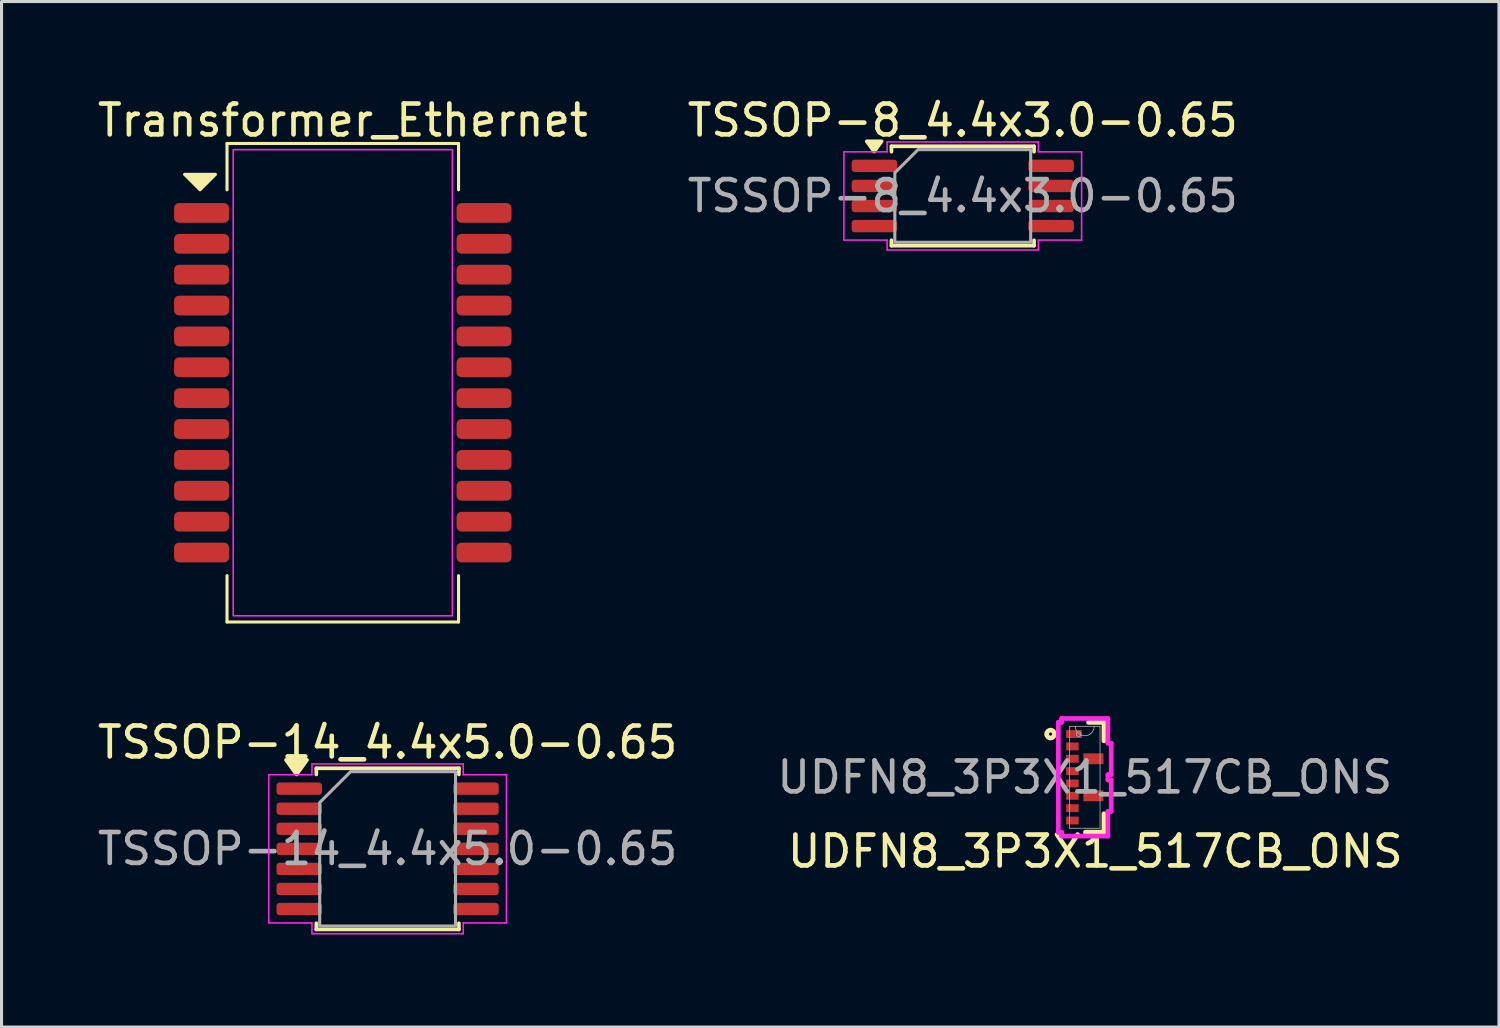
<source format=kicad_pcb>
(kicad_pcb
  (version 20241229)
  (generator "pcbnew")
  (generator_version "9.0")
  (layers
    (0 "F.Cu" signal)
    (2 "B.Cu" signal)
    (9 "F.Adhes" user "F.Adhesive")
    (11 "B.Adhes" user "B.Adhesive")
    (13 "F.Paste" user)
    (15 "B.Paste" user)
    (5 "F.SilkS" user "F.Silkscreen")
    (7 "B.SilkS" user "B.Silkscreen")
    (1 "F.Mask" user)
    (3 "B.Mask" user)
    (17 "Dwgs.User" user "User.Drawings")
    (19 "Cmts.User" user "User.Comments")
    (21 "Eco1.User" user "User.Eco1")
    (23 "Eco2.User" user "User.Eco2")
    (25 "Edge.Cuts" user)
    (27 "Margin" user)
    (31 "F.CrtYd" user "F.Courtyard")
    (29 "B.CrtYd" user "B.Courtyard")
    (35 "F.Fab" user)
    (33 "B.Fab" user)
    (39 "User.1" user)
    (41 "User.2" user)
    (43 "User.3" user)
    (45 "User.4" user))
  (footprint "Transformer_Ethernet"
    (layer "F.Cu")
    (at 8.054 9.348)
    (property "Reference" "Transformer_Ethernet" (at 0 -8.5 0) (layer "F.SilkS") (effects (font (size 1 1) (thickness 0.15))))
    (attr smd)
    (fp_line (start -3.75 -7.75) (end -3.75 -6.25) (stroke (width 0.1) (type default)) (layer "F.SilkS"))
    (fp_line (start -3.75 7.75) (end -3.75 6.25) (stroke (width 0.1) (type default)) (layer "F.SilkS"))
    (fp_line (start 3.75 -7.75) (end -3.75 -7.75) (stroke (width 0.1) (type default)) (layer "F.SilkS"))
    (fp_line (start 3.75 -7.75) (end 3.75 -6.25) (stroke (width 0.1) (type default)) (layer "F.SilkS"))
    (fp_line (start 3.75 6.25) (end 3.75 7.75) (stroke (width 0.1) (type default)) (layer "F.SilkS"))
    (fp_line (start 3.75 7.75) (end -3.75 7.75) (stroke (width 0.1) (type default)) (layer "F.SilkS"))
    (fp_poly (pts (xy -4.125 -6.75) (xy -4.625 -6.25) (xy -5.125 -6.75)) (stroke (width 0.1) (type solid)) (fill yes) (layer "F.SilkS"))
    (fp_rect (start -3.55 -7.55) (end 3.55 7.55) (stroke (width 0.05) (type solid)) (fill no) (layer "F.CrtYd"))
    (pad "1" smd roundrect (at -4.575 -5.5) (size 1.78 0.64) (layers "F.Cu" "F.Mask" "F.Paste") (roundrect_rratio 0.25))
    (pad "2" smd roundrect (at -4.575 -4.5) (size 1.78 0.64) (layers "F.Cu" "F.Mask" "F.Paste") (roundrect_rratio 0.25))
    (pad "3" smd roundrect (at -4.575 -3.5) (size 1.78 0.64) (layers "F.Cu" "F.Mask" "F.Paste") (roundrect_rratio 0.25))
    (pad "4" smd roundrect (at -4.575 -2.5) (size 1.78 0.64) (layers "F.Cu" "F.Mask" "F.Paste") (roundrect_rratio 0.25))
    (pad "5" smd roundrect (at -4.575 -1.5) (size 1.78 0.64) (layers "F.Cu" "F.Mask" "F.Paste") (roundrect_rratio 0.25))
    (pad "6" smd roundrect (at -4.575 -0.5) (size 1.78 0.64) (layers "F.Cu" "F.Mask" "F.Paste") (roundrect_rratio 0.25))
    (pad "7" smd roundrect (at -4.575 0.5) (size 1.78 0.64) (layers "F.Cu" "F.Mask" "F.Paste") (roundrect_rratio 0.25))
    (pad "8" smd roundrect (at -4.575 1.5) (size 1.78 0.64) (layers "F.Cu" "F.Mask" "F.Paste") (roundrect_rratio 0.25))
    (pad "9" smd roundrect (at -4.575 2.5) (size 1.78 0.64) (layers "F.Cu" "F.Mask" "F.Paste") (roundrect_rratio 0.25))
    (pad "10" smd roundrect (at -4.575 3.5) (size 1.78 0.64) (layers "F.Cu" "F.Mask" "F.Paste") (roundrect_rratio 0.25))
    (pad "11" smd roundrect (at -4.575 4.5) (size 1.78 0.64) (layers "F.Cu" "F.Mask" "F.Paste") (roundrect_rratio 0.25))
    (pad "12" smd roundrect (at -4.575 5.5) (size 1.78 0.64) (layers "F.Cu" "F.Mask" "F.Paste") (roundrect_rratio 0.25))
    (pad "13" smd roundrect (at 4.575 5.5 180) (size 1.78 0.64) (layers "F.Cu" "F.Mask" "F.Paste") (roundrect_rratio 0.25))
    (pad "14" smd roundrect (at 4.575 4.5 180) (size 1.78 0.64) (layers "F.Cu" "F.Mask" "F.Paste") (roundrect_rratio 0.25))
    (pad "15" smd roundrect (at 4.575 3.5 180) (size 1.78 0.64) (layers "F.Cu" "F.Mask" "F.Paste") (roundrect_rratio 0.25))
    (pad "16" smd roundrect (at 4.575 2.5 180) (size 1.78 0.64) (layers "F.Cu" "F.Mask" "F.Paste") (roundrect_rratio 0.25))
    (pad "17" smd roundrect (at 4.575 1.5 180) (size 1.78 0.64) (layers "F.Cu" "F.Mask" "F.Paste") (roundrect_rratio 0.25))
    (pad "18" smd roundrect (at 4.575 0.5 180) (size 1.78 0.64) (layers "F.Cu" "F.Mask" "F.Paste") (roundrect_rratio 0.25))
    (pad "19" smd roundrect (at 4.575 -0.5 180) (size 1.78 0.64) (layers "F.Cu" "F.Mask" "F.Paste") (roundrect_rratio 0.25))
    (pad "20" smd roundrect (at 4.575 -1.5 180) (size 1.78 0.64) (layers "F.Cu" "F.Mask" "F.Paste") (roundrect_rratio 0.25))
    (pad "21" smd roundrect (at 4.575 -2.5 180) (size 1.78 0.64) (layers "F.Cu" "F.Mask" "F.Paste") (roundrect_rratio 0.25))
    (pad "22" smd roundrect (at 4.575 -3.5 180) (size 1.78 0.64) (layers "F.Cu" "F.Mask" "F.Paste") (roundrect_rratio 0.25))
    (pad "23" smd roundrect (at 4.575 -4.5 180) (size 1.78 0.64) (layers "F.Cu" "F.Mask" "F.Paste") (roundrect_rratio 0.25))
    (pad "24" smd roundrect (at 4.575 -5.5 180) (size 1.78 0.64) (layers "F.Cu" "F.Mask" "F.Paste") (roundrect_rratio 0.25)))
  (footprint "TSSOP-8_4.4x3.0-0.65"
    (layer "F.Cu")
    (at 28.137 3.298)
    (property "Reference" "TSSOP-8_4.4x3.0-0.65" (at 0 -2.45 0) (layer "F.SilkS") (effects (font (size 1 1) (thickness 0.15))))
    (attr smd)
    (fp_line (start -2.31 -1.61) (end 2.31 -1.61) (stroke (width 0.12) (type solid)) (layer "F.SilkS"))
    (fp_line (start -2.31 -1.435) (end -2.31 -1.61) (stroke (width 0.12) (type solid)) (layer "F.SilkS"))
    (fp_line (start -2.31 1.61) (end -2.31 1.435) (stroke (width 0.12) (type solid)) (layer "F.SilkS"))
    (fp_line (start 2.31 -1.61) (end 2.31 -1.435) (stroke (width 0.12) (type solid)) (layer "F.SilkS"))
    (fp_line (start 2.31 1.435) (end 2.31 1.61) (stroke (width 0.12) (type solid)) (layer "F.SilkS"))
    (fp_line (start 2.31 1.61) (end -2.31 1.61) (stroke (width 0.12) (type solid)) (layer "F.SilkS"))
    (fp_poly (pts (xy -2.87 -1.44) (xy -3.11 -1.77) (xy -2.63 -1.77)) (stroke (width 0.12) (type solid)) (fill yes) (layer "F.SilkS"))
    (fp_rect (start -3.5 -1.075) (end -2.625 -0.875) (stroke (width 0.2) (type solid)) (fill yes) (layer "F.Paste"))
    (fp_rect (start -3.5 -0.425) (end -2.625 -0.225) (stroke (width 0.2) (type solid)) (fill yes) (layer "F.Paste"))
    (fp_rect (start -3.5 0.225) (end -2.625 0.425) (stroke (width 0.2) (type solid)) (fill yes) (layer "F.Paste"))
    (fp_rect (start -3.5 0.875) (end -2.625 1.075) (stroke (width 0.2) (type solid)) (fill yes) (layer "F.Paste"))
    (fp_rect (start 3.5 -0.875) (end 2.625 -1.075) (stroke (width 0.2) (type solid)) (fill yes) (layer "F.Paste"))
    (fp_rect (start 3.5 -0.225) (end 2.625 -0.425) (stroke (width 0.2) (type solid)) (fill yes) (layer "F.Paste"))
    (fp_rect (start 3.5 0.425) (end 2.625 0.225) (stroke (width 0.2) (type solid)) (fill yes) (layer "F.Paste"))
    (fp_rect (start 3.5 1.075) (end 2.625 0.875) (stroke (width 0.2) (type solid)) (fill yes) (layer "F.Paste"))
    (fp_line (start -3.85 -1.43) (end -2.45 -1.43) (stroke (width 0.05) (type solid)) (layer "F.CrtYd"))
    (fp_line (start -3.85 1.43) (end -3.85 -1.43) (stroke (width 0.05) (type solid)) (layer "F.CrtYd"))
    (fp_line (start -2.45 -1.75) (end 2.45 -1.75) (stroke (width 0.05) (type solid)) (layer "F.CrtYd"))
    (fp_line (start -2.45 -1.43) (end -2.45 -1.75) (stroke (width 0.05) (type solid)) (layer "F.CrtYd"))
    (fp_line (start -2.45 1.43) (end -3.85 1.43) (stroke (width 0.05) (type solid)) (layer "F.CrtYd"))
    (fp_line (start -2.45 1.75) (end -2.45 1.43) (stroke (width 0.05) (type solid)) (layer "F.CrtYd"))
    (fp_line (start 2.45 -1.75) (end 2.45 -1.43) (stroke (width 0.05) (type solid)) (layer "F.CrtYd"))
    (fp_line (start 2.45 -1.43) (end 3.85 -1.43) (stroke (width 0.05) (type solid)) (layer "F.CrtYd"))
    (fp_line (start 2.45 1.43) (end 2.45 1.75) (stroke (width 0.05) (type solid)) (layer "F.CrtYd"))
    (fp_line (start 2.45 1.75) (end -2.45 1.75) (stroke (width 0.05) (type solid)) (layer "F.CrtYd"))
    (fp_line (start 3.85 -1.43) (end 3.85 1.43) (stroke (width 0.05) (type solid)) (layer "F.CrtYd"))
    (fp_line (start 3.85 1.43) (end 2.45 1.43) (stroke (width 0.05) (type solid)) (layer "F.CrtYd"))
    (fp_poly (pts (xy -2.2 -0.75) (xy -2.2 1.5) (xy 2.2 1.5) (xy 2.2 -1.5) (xy -1.45 -1.5)) (stroke (width 0.1) (type solid)) (fill no) (layer "F.Fab"))
    (fp_text user "${REFERENCE}" (at 0 0 0) (layer "F.Fab") (effects (font (size 1 1) (thickness 0.15))))
    (pad "1" smd roundrect (at -2.862 -0.975) (size 1.475 0.4) (layers "F.Cu" "F.Mask") (roundrect_rratio 0.25))
    (pad "2" smd roundrect (at -2.862 -0.325) (size 1.475 0.4) (layers "F.Cu" "F.Mask") (roundrect_rratio 0.25))
    (pad "3" smd roundrect (at -2.862 0.325) (size 1.475 0.4) (layers "F.Cu" "F.Mask") (roundrect_rratio 0.25))
    (pad "4" smd roundrect (at -2.862 0.975) (size 1.475 0.4) (layers "F.Cu" "F.Mask") (roundrect_rratio 0.25))
    (pad "5" smd roundrect (at 2.862 0.975) (size 1.475 0.4) (layers "F.Cu" "F.Mask") (roundrect_rratio 0.25))
    (pad "6" smd roundrect (at 2.862 0.325) (size 1.475 0.4) (layers "F.Cu" "F.Mask") (roundrect_rratio 0.25))
    (pad "7" smd roundrect (at 2.862 -0.325) (size 1.475 0.4) (layers "F.Cu" "F.Mask") (roundrect_rratio 0.25))
    (pad "8" smd roundrect (at 2.862 -0.975) (size 1.475 0.4) (layers "F.Cu" "F.Mask") (roundrect_rratio 0.25)))
  (footprint "TSSOP-14_4.4x5.0-0.65"
    (layer "F.Cu")
    (at 9.506 24.447)
    (property "Reference" "TSSOP-14_4.4x5.0-0.65" (at 0 -3.45 0) (layer "F.SilkS") (effects (font (size 1 1) (thickness 0.15))))
    (attr smd)
    (fp_line (start -2.31 -2.61) (end 2.31 -2.61) (stroke (width 0.12) (type solid)) (layer "F.SilkS"))
    (fp_line (start -2.31 -2.41) (end -2.31 -2.61) (stroke (width 0.12) (type solid)) (layer "F.SilkS"))
    (fp_line (start -2.31 2.61) (end -2.31 2.41) (stroke (width 0.12) (type solid)) (layer "F.SilkS"))
    (fp_line (start 2.31 -2.61) (end 2.31 -2.41) (stroke (width 0.12) (type solid)) (layer "F.SilkS"))
    (fp_line (start 2.31 2.41) (end 2.31 2.61) (stroke (width 0.12) (type solid)) (layer "F.SilkS"))
    (fp_line (start 2.31 2.61) (end -2.31 2.61) (stroke (width 0.12) (type solid)) (layer "F.SilkS"))
    (fp_poly (pts (xy -2.95 -2.41) (xy -3.29 -2.88) (xy -2.61 -2.88)) (stroke (width 0.12) (type solid)) (fill yes) (layer "F.SilkS"))
    (fp_rect (start -3.5 -2.05) (end -2.625 -1.85) (stroke (width 0.2) (type solid)) (fill yes) (layer "F.Paste"))
    (fp_rect (start -3.5 -1.4) (end -2.625 -1.2) (stroke (width 0.2) (type solid)) (fill yes) (layer "F.Paste"))
    (fp_rect (start -3.5 -0.75) (end -2.625 -0.55) (stroke (width 0.2) (type solid)) (fill yes) (layer "F.Paste"))
    (fp_rect (start -3.5 -0.1) (end -2.625 0.1) (stroke (width 0.2) (type solid)) (fill yes) (layer "F.Paste"))
    (fp_rect (start -3.5 0.55) (end -2.625 0.75) (stroke (width 0.2) (type solid)) (fill yes) (layer "F.Paste"))
    (fp_rect (start -3.5 1.2) (end -2.625 1.4) (stroke (width 0.2) (type solid)) (fill yes) (layer "F.Paste"))
    (fp_rect (start -3.5 1.85) (end -2.625 2.05) (stroke (width 0.2) (type solid)) (fill yes) (layer "F.Paste"))
    (fp_rect (start 3.5 -1.85) (end 2.625 -2.05) (stroke (width 0.2) (type solid)) (fill yes) (layer "F.Paste"))
    (fp_rect (start 3.5 -1.2) (end 2.625 -1.4) (stroke (width 0.2) (type solid)) (fill yes) (layer "F.Paste"))
    (fp_rect (start 3.5 -0.55) (end 2.625 -0.75) (stroke (width 0.2) (type solid)) (fill yes) (layer "F.Paste"))
    (fp_rect (start 3.5 0.1) (end 2.625 -0.1) (stroke (width 0.2) (type solid)) (fill yes) (layer "F.Paste"))
    (fp_rect (start 3.5 0.75) (end 2.625 0.55) (stroke (width 0.2) (type solid)) (fill yes) (layer "F.Paste"))
    (fp_rect (start 3.5 1.4) (end 2.625 1.2) (stroke (width 0.2) (type solid)) (fill yes) (layer "F.Paste"))
    (fp_rect (start 3.5 2.05) (end 2.625 1.85) (stroke (width 0.2) (type solid)) (fill yes) (layer "F.Paste"))
    (fp_line (start -3.85 -2.4) (end -2.45 -2.4) (stroke (width 0.05) (type solid)) (layer "F.CrtYd"))
    (fp_line (start -3.85 2.4) (end -3.85 -2.4) (stroke (width 0.05) (type solid)) (layer "F.CrtYd"))
    (fp_line (start -2.45 -2.75) (end 2.45 -2.75) (stroke (width 0.05) (type solid)) (layer "F.CrtYd"))
    (fp_line (start -2.45 -2.4) (end -2.45 -2.75) (stroke (width 0.05) (type solid)) (layer "F.CrtYd"))
    (fp_line (start -2.45 2.4) (end -3.85 2.4) (stroke (width 0.05) (type solid)) (layer "F.CrtYd"))
    (fp_line (start -2.45 2.75) (end -2.45 2.4) (stroke (width 0.05) (type solid)) (layer "F.CrtYd"))
    (fp_line (start 2.45 -2.75) (end 2.45 -2.4) (stroke (width 0.05) (type solid)) (layer "F.CrtYd"))
    (fp_line (start 2.45 -2.4) (end 3.85 -2.4) (stroke (width 0.05) (type solid)) (layer "F.CrtYd"))
    (fp_line (start 2.45 2.4) (end 2.45 2.75) (stroke (width 0.05) (type solid)) (layer "F.CrtYd"))
    (fp_line (start 2.45 2.75) (end -2.45 2.75) (stroke (width 0.05) (type solid)) (layer "F.CrtYd"))
    (fp_line (start 3.85 -2.4) (end 3.85 2.4) (stroke (width 0.05) (type solid)) (layer "F.CrtYd"))
    (fp_line (start 3.85 2.4) (end 2.45 2.4) (stroke (width 0.05) (type solid)) (layer "F.CrtYd"))
    (fp_poly (pts (xy -2.2 -1.5) (xy -2.2 2.5) (xy 2.2 2.5) (xy 2.2 -2.5) (xy -1.2 -2.5)) (stroke (width 0.1) (type solid)) (fill no) (layer "F.Fab"))
    (fp_text user "${REFERENCE}" (at 0 0 0) (layer "F.Fab") (effects (font (size 1 1) (thickness 0.15))))
    (pad "1" smd roundrect (at -2.862 -1.95) (size 1.475 0.4) (layers "F.Cu" "F.Mask") (roundrect_rratio 0.25))
    (pad "2" smd roundrect (at -2.862 -1.3) (size 1.475 0.4) (layers "F.Cu" "F.Mask") (roundrect_rratio 0.25))
    (pad "3" smd roundrect (at -2.862 -0.65) (size 1.475 0.4) (layers "F.Cu" "F.Mask") (roundrect_rratio 0.25))
    (pad "4" smd roundrect (at -2.862 0) (size 1.475 0.4) (layers "F.Cu" "F.Mask") (roundrect_rratio 0.25))
    (pad "5" smd roundrect (at -2.862 0.65) (size 1.475 0.4) (layers "F.Cu" "F.Mask") (roundrect_rratio 0.25))
    (pad "6" smd roundrect (at -2.862 1.3) (size 1.475 0.4) (layers "F.Cu" "F.Mask") (roundrect_rratio 0.25))
    (pad "7" smd roundrect (at -2.862 1.95) (size 1.475 0.4) (layers "F.Cu" "F.Mask") (roundrect_rratio 0.25))
    (pad "8" smd roundrect (at 2.862 1.95) (size 1.475 0.4) (layers "F.Cu" "F.Mask") (roundrect_rratio 0.25))
    (pad "9" smd roundrect (at 2.862 1.3) (size 1.475 0.4) (layers "F.Cu" "F.Mask") (roundrect_rratio 0.25))
    (pad "10" smd roundrect (at 2.862 0.65) (size 1.475 0.4) (layers "F.Cu" "F.Mask") (roundrect_rratio 0.25))
    (pad "11" smd roundrect (at 2.862 0) (size 1.475 0.4) (layers "F.Cu" "F.Mask") (roundrect_rratio 0.25))
    (pad "12" smd roundrect (at 2.862 -0.65) (size 1.475 0.4) (layers "F.Cu" "F.Mask") (roundrect_rratio 0.25))
    (pad "13" smd roundrect (at 2.862 -1.3) (size 1.475 0.4) (layers "F.Cu" "F.Mask") (roundrect_rratio 0.25))
    (pad "14" smd roundrect (at 2.862 -1.95) (size 1.475 0.4) (layers "F.Cu" "F.Mask") (roundrect_rratio 0.25)))
  (footprint "UDFN8_3P3X1_517CB_ONS"
    (layer "F.Cu")
    (at 32.089 22.129)
    (property "Reference" "UDFN8_3P3X1_517CB_ONS" (at 0.34 2.4 0) (unlocked yes) (layer "F.SilkS") (effects (font (size 1 1) (thickness 0.15))))
    (attr smd)
    (fp_line (start 0.123 -1.778) (end 0.622 -1.778) (stroke (width 0.152) (type solid)) (layer "F.SilkS"))
    (fp_line (start 0.622 -1.778) (end 0.622 -1.181) (stroke (width 0.152) (type solid)) (layer "F.SilkS"))
    (fp_line (start 0.622 1.181) (end 0.622 1.778) (stroke (width 0.152) (type solid)) (layer "F.SilkS"))
    (fp_line (start 0.622 1.778) (end 0.022 1.778) (stroke (width 0.152) (type solid)) (layer "F.SilkS"))
    (fp_circle (center -1.108 -1.4) (end -0.981 -1.4) (stroke (width 0.152) (type solid)) (fill no) (layer "F.SilkS"))
    (fp_rect (start -0.6 -1.482) (end -0.1 -1.317) (stroke (width 0) (type solid)) (fill yes) (layer "F.Paste"))
    (fp_rect (start -0.6 -1.083) (end -0.2 -0.917) (stroke (width 0) (type solid)) (fill yes) (layer "F.Paste"))
    (fp_rect (start -0.6 -0.685) (end -0.2 -0.52) (stroke (width 0) (type solid)) (fill yes) (layer "F.Paste"))
    (fp_rect (start -0.6 -0.282) (end -0.2 -0.117) (stroke (width 0) (type solid)) (fill yes) (layer "F.Paste"))
    (fp_rect (start -0.6 0.117) (end -0.2 0.282) (stroke (width 0) (type solid)) (fill yes) (layer "F.Paste"))
    (fp_rect (start -0.6 0.52) (end -0.2 0.685) (stroke (width 0) (type solid)) (fill yes) (layer "F.Paste"))
    (fp_rect (start -0.6 0.92) (end -0.2 1.085) (stroke (width 0) (type solid)) (fill yes) (layer "F.Paste"))
    (fp_rect (start -0.6 1.32) (end -0.2 1.485) (stroke (width 0) (type solid)) (fill yes) (layer "F.Paste"))
    (fp_rect (start 0.12 -0.77) (end 0.6 -0.42) (stroke (width 0) (type solid)) (fill yes) (layer "F.Paste"))
    (fp_rect (start 0.12 0.425) (end 0.6 0.775) (stroke (width 0) (type solid)) (fill yes) (layer "F.Paste"))
    (fp_line (start -0.857 -1.781) (end -0.857 1.781) (stroke (width 0.152) (type solid)) (layer "F.CrtYd"))
    (fp_line (start -0.857 1.781) (end -0.749 1.781) (stroke (width 0.152) (type solid)) (layer "F.CrtYd"))
    (fp_line (start -0.749 -1.905) (end -0.749 -1.781) (stroke (width 0.152) (type solid)) (layer "F.CrtYd"))
    (fp_line (start -0.749 -1.781) (end -0.857 -1.781) (stroke (width 0.152) (type solid)) (layer "F.CrtYd"))
    (fp_line (start -0.749 1.781) (end -0.749 1.905) (stroke (width 0.152) (type solid)) (layer "F.CrtYd"))
    (fp_line (start -0.749 1.905) (end 0.749 1.905) (stroke (width 0.152) (type solid)) (layer "F.CrtYd"))
    (fp_line (start 0.749 -1.905) (end -0.749 -1.905) (stroke (width 0.152) (type solid)) (layer "F.CrtYd"))
    (fp_line (start 0.749 -1.103) (end 0.749 -1.905) (stroke (width 0.152) (type solid)) (layer "F.CrtYd"))
    (fp_line (start 0.749 -0.087) (end 0.857 -0.087) (stroke (width 0.152) (type solid)) (layer "F.CrtYd"))
    (fp_line (start 0.749 0.087) (end 0.749 -0.087) (stroke (width 0.152) (type solid)) (layer "F.CrtYd"))
    (fp_line (start 0.749 1.103) (end 0.857 1.103) (stroke (width 0.152) (type solid)) (layer "F.CrtYd"))
    (fp_line (start 0.749 1.905) (end 0.749 1.103) (stroke (width 0.152) (type solid)) (layer "F.CrtYd"))
    (fp_line (start 0.857 -1.103) (end 0.749 -1.103) (stroke (width 0.152) (type solid)) (layer "F.CrtYd"))
    (fp_line (start 0.857 -0.087) (end 0.857 -1.103) (stroke (width 0.152) (type solid)) (layer "F.CrtYd"))
    (fp_line (start 0.857 0.087) (end 0.749 0.087) (stroke (width 0.152) (type solid)) (layer "F.CrtYd"))
    (fp_line (start 0.857 1.103) (end 0.857 0.087) (stroke (width 0.152) (type solid)) (layer "F.CrtYd"))
    (fp_line (start -0.495 -1.651) (end -0.495 1.651) (stroke (width 0.025) (type solid)) (layer "F.Fab"))
    (fp_line (start -0.495 1.651) (end 0.495 1.651) (stroke (width 0.025) (type solid)) (layer "F.Fab"))
    (fp_line (start 0.495 -1.651) (end -0.495 -1.651) (stroke (width 0.025) (type solid)) (layer "F.Fab"))
    (fp_line (start 0.495 1.651) (end 0.495 -1.651) (stroke (width 0.025) (type solid)) (layer "F.Fab"))
    (fp_arc (start 0.3048 -1.651) (mid 0 -1.3462) (end -0.3048 -1.651) (stroke (width 0.0254) (type solid)) (layer "F.Fab"))
    (fp_circle (center -0.197 -1.4) (end -0.121 -1.4) (stroke (width 0.025) (type solid)) (fill no) (layer "F.Fab"))
    (fp_text user "${REFERENCE}" (at 0 0 0) (unlocked yes) (layer "F.Fab") (effects (font (size 1 1) (thickness 0.15))))
    (pad "1" smd rect (at -0.349 -1.4) (size 0.508 0.254) (layers "F.Cu" "F.Mask"))
    (pad "2" smd rect (at -0.4 -1) (size 0.406 0.254) (layers "F.Cu" "F.Mask"))
    (pad "3" smd rect (at -0.4 -0.6) (size 0.406 0.254) (layers "F.Cu" "F.Mask"))
    (pad "4" smd rect (at -0.4 -0.2) (size 0.406 0.254) (layers "F.Cu" "F.Mask"))
    (pad "5" smd rect (at -0.4 0.2) (size 0.406 0.254) (layers "F.Cu" "F.Mask"))
    (pad "6" smd rect (at -0.4 0.6) (size 0.406 0.254) (layers "F.Cu" "F.Mask"))
    (pad "7" smd rect (at -0.4 1) (size 0.406 0.254) (layers "F.Cu" "F.Mask"))
    (pad "8" smd rect (at -0.4 1.4) (size 0.406 0.254) (layers "F.Cu" "F.Mask"))
    (pad "9" smd rect (at 0.28 0.6) (size 0.65 0.35) (layers "F.Cu" "F.Mask"))
    (pad "10" smd rect (at 0.28 -0.6) (size 0.65 0.35) (layers "F.Cu" "F.Mask")))
  (gr_rect
    (start -3 -3)
    (end 45.507 30.221)
    (stroke (width 0.1) (type default))
    (fill no)
    (layer "Edge.Cuts")))
</source>
